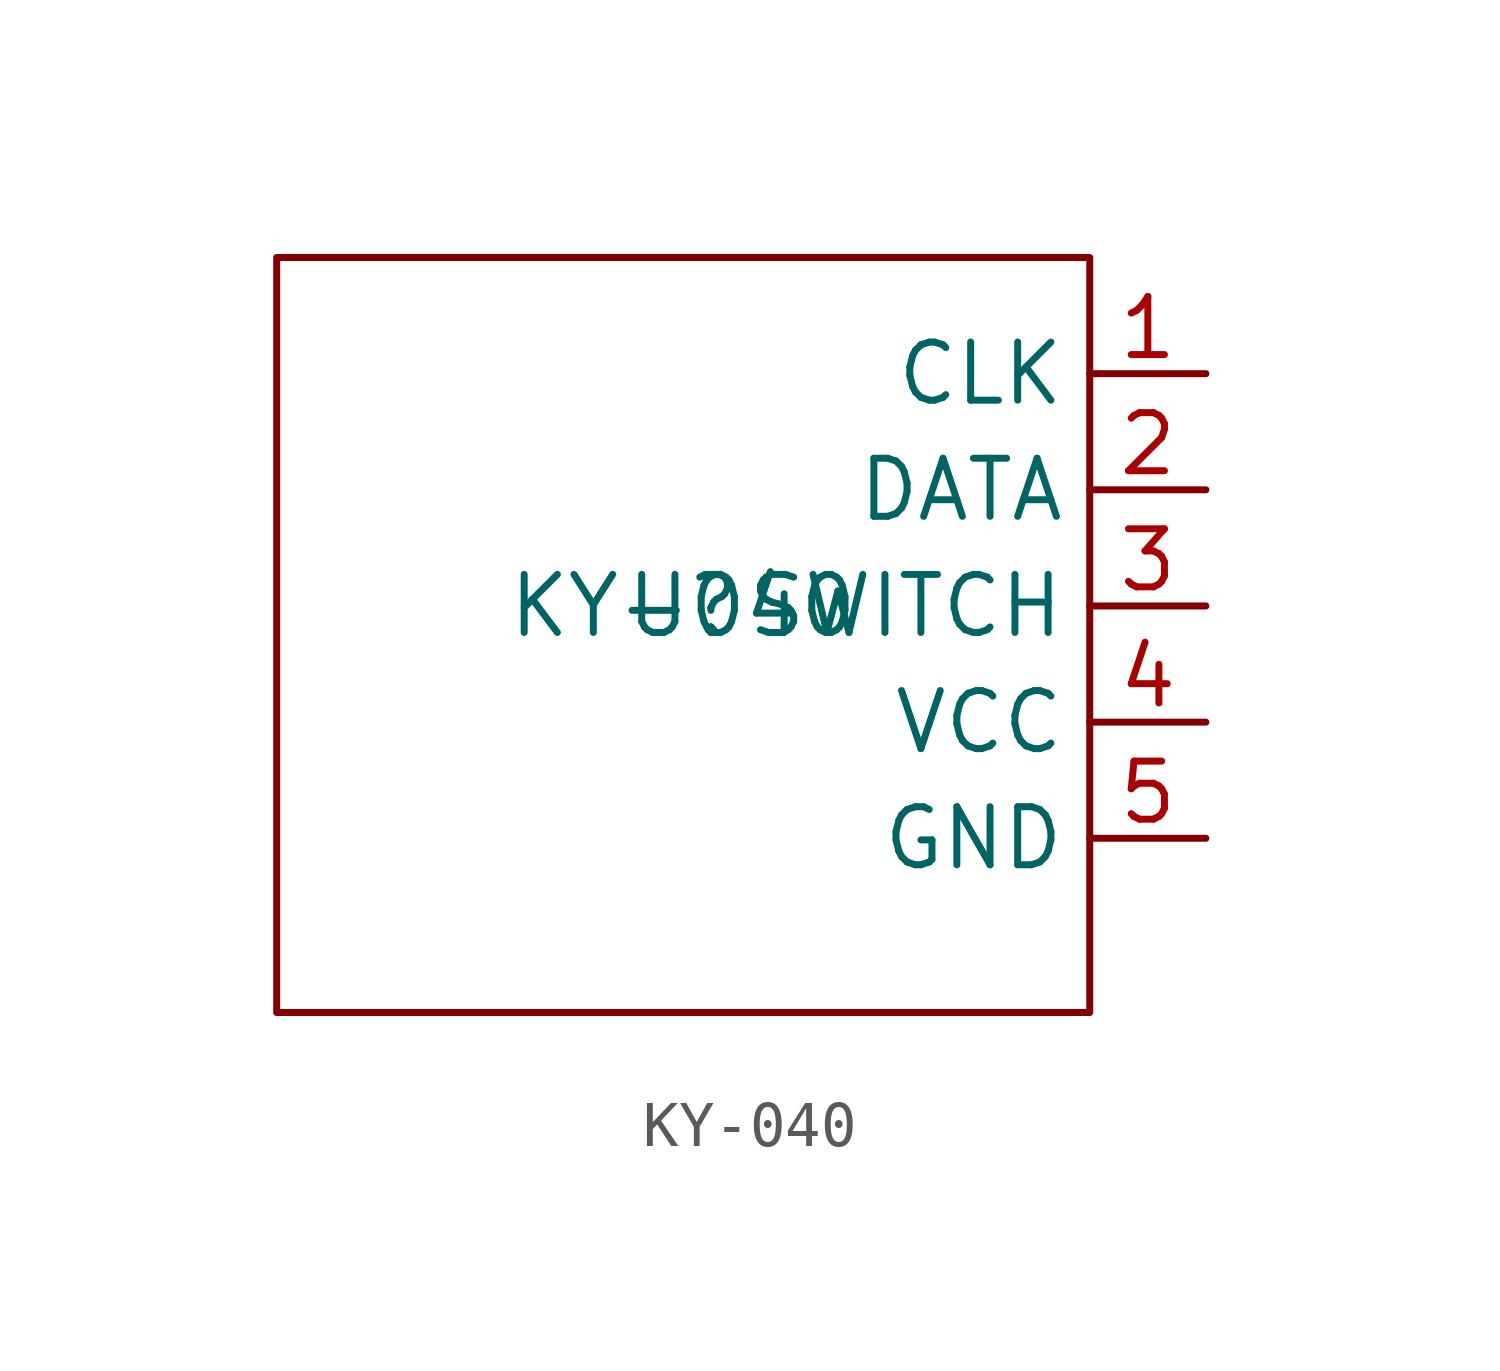
<source format=kicad_sym>
(kicad_symbol_lib
  (version 20211014)
  (generator kicad_symbol_editor)
  (symbol "KY-040"
    (property "Reference" "U"
      (at 0 0 0)
      (effects (font (size 1.27 1.27))))
    (property "Value" "KY-040"
      (at 0 0 0)
      (effects (font (size 1.27 1.27))))
    (symbol "KY-040_0_1"
      (rectangle (start -8.89 7.62) (end 8.89 -8.89) (stroke (width 0) (type default) (color 0 0 0 0)) (fill (type none))))
    (symbol "KY-040_1_1"
      (pin input line (at 11.43 5.08 180) (length 2.54) (name "CLK" (effects (font (size 1.27 1.27)))) (number "1" (effects (font (size 1.27 1.27)))))
      (pin input line (at 11.43 2.54 180) (length 2.54) (name "DATA" (effects (font (size 1.27 1.27)))) (number "2" (effects (font (size 1.27 1.27)))))
      (pin input line (at 11.43 0 180) (length 2.54) (name "SWITCH" (effects (font (size 1.27 1.27)))) (number "3" (effects (font (size 1.27 1.27)))))
      (pin input line (at 11.43 -2.54 180) (length 2.54) (name "VCC" (effects (font (size 1.27 1.27)))) (number "4" (effects (font (size 1.27 1.27)))))
      (pin input line (at 11.43 -5.08 180) (length 2.54) (name "GND" (effects (font (size 1.27 1.27)))) (number "5" (effects (font (size 1.27 1.27))))))))
</source>
